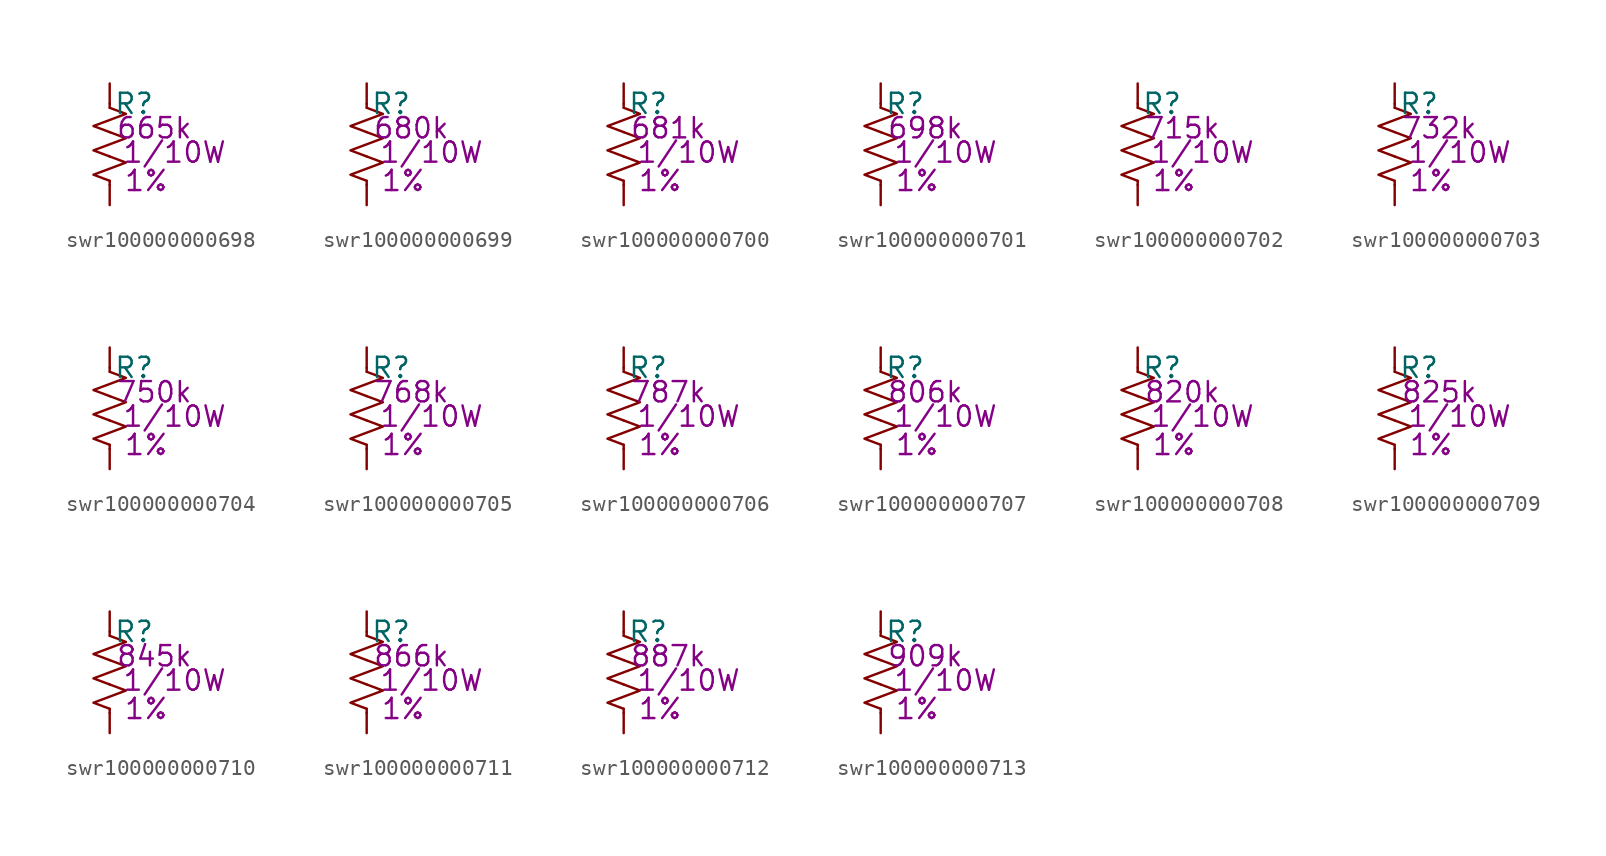
<source format=kicad_sym>
(kicad_symbol_lib
  (version 20211014)
  (generator kicad_symbol_editor)
  (symbol "swr100000000698"
    (pin_numbers hide)
    (pin_names
      (offset 1.016))
    (property "Reference" "R"
      (at 1.524 2.54 0)
      (effects (font (size 1.27 1.27))))
    (property "Tolerance" "1%"
      (at 2.286 -2.286 0)
      (effects (font (size 1.27 1.27))))
    (property "Wattage" "1/10W"
      (at 4.064 -0.508 0)
      (effects (font (size 1.27 1.27))))
    (property "PartValue" "665k"
      (at 2.794 1.016 0)
      (effects (font (size 1.27 1.27))))
    (symbol "swr100000000698_1_1"
      (polyline (pts (xy 0 -2.286) (xy 0 -2.54)) (stroke (width 0) (type default) (color 0 0 0 0)) (fill (type none)))
      (polyline (pts (xy 0 2.286) (xy 0 2.54)) (stroke (width 0) (type default) (color 0 0 0 0)) (fill (type none)))
      (polyline (pts (xy 0 -0.762) (xy 1.016 -1.143) (xy 0 -1.524) (xy -1.016 -1.905) (xy 0 -2.286)) (stroke (width 0) (type default) (color 0 0 0 0)) (fill (type none)))
      (polyline (pts (xy 0 0.762) (xy 1.016 0.381) (xy 0 0) (xy -1.016 -0.381) (xy 0 -0.762)) (stroke (width 0) (type default) (color 0 0 0 0)) (fill (type none)))
      (polyline (pts (xy 0 2.286) (xy 1.016 1.905) (xy 0 1.524) (xy -1.016 1.143) (xy 0 0.762)) (stroke (width 0) (type default) (color 0 0 0 0)) (fill (type none)))
      (pin passive line (at 0 3.81 270) (length 1.27) (name "~" (effects (font (size 1.27 1.27)))) (number "1" (effects (font (size 1.27 1.27)))))
      (pin passive line (at 0 -3.81 90) (length 1.27) (name "~" (effects (font (size 1.27 1.27)))) (number "2" (effects (font (size 1.27 1.27)))))))
  (symbol "swr100000000699"
    (pin_numbers hide)
    (pin_names
      (offset 1.016))
    (property "Reference" "R"
      (at 1.524 2.54 0)
      (effects (font (size 1.27 1.27))))
    (property "Tolerance" "1%"
      (at 2.286 -2.286 0)
      (effects (font (size 1.27 1.27))))
    (property "Wattage" "1/10W"
      (at 4.064 -0.508 0)
      (effects (font (size 1.27 1.27))))
    (property "PartValue" "680k"
      (at 2.794 1.016 0)
      (effects (font (size 1.27 1.27))))
    (symbol "swr100000000699_1_1"
      (polyline (pts (xy 0 -2.286) (xy 0 -2.54)) (stroke (width 0) (type default) (color 0 0 0 0)) (fill (type none)))
      (polyline (pts (xy 0 2.286) (xy 0 2.54)) (stroke (width 0) (type default) (color 0 0 0 0)) (fill (type none)))
      (polyline (pts (xy 0 -0.762) (xy 1.016 -1.143) (xy 0 -1.524) (xy -1.016 -1.905) (xy 0 -2.286)) (stroke (width 0) (type default) (color 0 0 0 0)) (fill (type none)))
      (polyline (pts (xy 0 0.762) (xy 1.016 0.381) (xy 0 0) (xy -1.016 -0.381) (xy 0 -0.762)) (stroke (width 0) (type default) (color 0 0 0 0)) (fill (type none)))
      (polyline (pts (xy 0 2.286) (xy 1.016 1.905) (xy 0 1.524) (xy -1.016 1.143) (xy 0 0.762)) (stroke (width 0) (type default) (color 0 0 0 0)) (fill (type none)))
      (pin passive line (at 0 3.81 270) (length 1.27) (name "~" (effects (font (size 1.27 1.27)))) (number "1" (effects (font (size 1.27 1.27)))))
      (pin passive line (at 0 -3.81 90) (length 1.27) (name "~" (effects (font (size 1.27 1.27)))) (number "2" (effects (font (size 1.27 1.27)))))))
  (symbol "swr100000000700"
    (pin_numbers hide)
    (pin_names
      (offset 1.016))
    (property "Reference" "R"
      (at 1.524 2.54 0)
      (effects (font (size 1.27 1.27))))
    (property "Tolerance" "1%"
      (at 2.286 -2.286 0)
      (effects (font (size 1.27 1.27))))
    (property "Wattage" "1/10W"
      (at 4.064 -0.508 0)
      (effects (font (size 1.27 1.27))))
    (property "PartValue" "681k"
      (at 2.794 1.016 0)
      (effects (font (size 1.27 1.27))))
    (symbol "swr100000000700_1_1"
      (polyline (pts (xy 0 -2.286) (xy 0 -2.54)) (stroke (width 0) (type default) (color 0 0 0 0)) (fill (type none)))
      (polyline (pts (xy 0 2.286) (xy 0 2.54)) (stroke (width 0) (type default) (color 0 0 0 0)) (fill (type none)))
      (polyline (pts (xy 0 -0.762) (xy 1.016 -1.143) (xy 0 -1.524) (xy -1.016 -1.905) (xy 0 -2.286)) (stroke (width 0) (type default) (color 0 0 0 0)) (fill (type none)))
      (polyline (pts (xy 0 0.762) (xy 1.016 0.381) (xy 0 0) (xy -1.016 -0.381) (xy 0 -0.762)) (stroke (width 0) (type default) (color 0 0 0 0)) (fill (type none)))
      (polyline (pts (xy 0 2.286) (xy 1.016 1.905) (xy 0 1.524) (xy -1.016 1.143) (xy 0 0.762)) (stroke (width 0) (type default) (color 0 0 0 0)) (fill (type none)))
      (pin passive line (at 0 3.81 270) (length 1.27) (name "~" (effects (font (size 1.27 1.27)))) (number "1" (effects (font (size 1.27 1.27)))))
      (pin passive line (at 0 -3.81 90) (length 1.27) (name "~" (effects (font (size 1.27 1.27)))) (number "2" (effects (font (size 1.27 1.27)))))))
  (symbol "swr100000000701"
    (pin_numbers hide)
    (pin_names
      (offset 1.016))
    (property "Reference" "R"
      (at 1.524 2.54 0)
      (effects (font (size 1.27 1.27))))
    (property "Tolerance" "1%"
      (at 2.286 -2.286 0)
      (effects (font (size 1.27 1.27))))
    (property "Wattage" "1/10W"
      (at 4.064 -0.508 0)
      (effects (font (size 1.27 1.27))))
    (property "PartValue" "698k"
      (at 2.794 1.016 0)
      (effects (font (size 1.27 1.27))))
    (symbol "swr100000000701_1_1"
      (polyline (pts (xy 0 -2.286) (xy 0 -2.54)) (stroke (width 0) (type default) (color 0 0 0 0)) (fill (type none)))
      (polyline (pts (xy 0 2.286) (xy 0 2.54)) (stroke (width 0) (type default) (color 0 0 0 0)) (fill (type none)))
      (polyline (pts (xy 0 -0.762) (xy 1.016 -1.143) (xy 0 -1.524) (xy -1.016 -1.905) (xy 0 -2.286)) (stroke (width 0) (type default) (color 0 0 0 0)) (fill (type none)))
      (polyline (pts (xy 0 0.762) (xy 1.016 0.381) (xy 0 0) (xy -1.016 -0.381) (xy 0 -0.762)) (stroke (width 0) (type default) (color 0 0 0 0)) (fill (type none)))
      (polyline (pts (xy 0 2.286) (xy 1.016 1.905) (xy 0 1.524) (xy -1.016 1.143) (xy 0 0.762)) (stroke (width 0) (type default) (color 0 0 0 0)) (fill (type none)))
      (pin passive line (at 0 3.81 270) (length 1.27) (name "~" (effects (font (size 1.27 1.27)))) (number "1" (effects (font (size 1.27 1.27)))))
      (pin passive line (at 0 -3.81 90) (length 1.27) (name "~" (effects (font (size 1.27 1.27)))) (number "2" (effects (font (size 1.27 1.27)))))))
  (symbol "swr100000000702"
    (pin_numbers hide)
    (pin_names
      (offset 1.016))
    (property "Reference" "R"
      (at 1.524 2.54 0)
      (effects (font (size 1.27 1.27))))
    (property "Tolerance" "1%"
      (at 2.286 -2.286 0)
      (effects (font (size 1.27 1.27))))
    (property "Wattage" "1/10W"
      (at 4.064 -0.508 0)
      (effects (font (size 1.27 1.27))))
    (property "PartValue" "715k"
      (at 2.794 1.016 0)
      (effects (font (size 1.27 1.27))))
    (symbol "swr100000000702_1_1"
      (polyline (pts (xy 0 -2.286) (xy 0 -2.54)) (stroke (width 0) (type default) (color 0 0 0 0)) (fill (type none)))
      (polyline (pts (xy 0 2.286) (xy 0 2.54)) (stroke (width 0) (type default) (color 0 0 0 0)) (fill (type none)))
      (polyline (pts (xy 0 -0.762) (xy 1.016 -1.143) (xy 0 -1.524) (xy -1.016 -1.905) (xy 0 -2.286)) (stroke (width 0) (type default) (color 0 0 0 0)) (fill (type none)))
      (polyline (pts (xy 0 0.762) (xy 1.016 0.381) (xy 0 0) (xy -1.016 -0.381) (xy 0 -0.762)) (stroke (width 0) (type default) (color 0 0 0 0)) (fill (type none)))
      (polyline (pts (xy 0 2.286) (xy 1.016 1.905) (xy 0 1.524) (xy -1.016 1.143) (xy 0 0.762)) (stroke (width 0) (type default) (color 0 0 0 0)) (fill (type none)))
      (pin passive line (at 0 3.81 270) (length 1.27) (name "~" (effects (font (size 1.27 1.27)))) (number "1" (effects (font (size 1.27 1.27)))))
      (pin passive line (at 0 -3.81 90) (length 1.27) (name "~" (effects (font (size 1.27 1.27)))) (number "2" (effects (font (size 1.27 1.27)))))))
  (symbol "swr100000000703"
    (pin_numbers hide)
    (pin_names
      (offset 1.016))
    (property "Reference" "R"
      (at 1.524 2.54 0)
      (effects (font (size 1.27 1.27))))
    (property "Tolerance" "1%"
      (at 2.286 -2.286 0)
      (effects (font (size 1.27 1.27))))
    (property "Wattage" "1/10W"
      (at 4.064 -0.508 0)
      (effects (font (size 1.27 1.27))))
    (property "PartValue" "732k"
      (at 2.794 1.016 0)
      (effects (font (size 1.27 1.27))))
    (symbol "swr100000000703_1_1"
      (polyline (pts (xy 0 -2.286) (xy 0 -2.54)) (stroke (width 0) (type default) (color 0 0 0 0)) (fill (type none)))
      (polyline (pts (xy 0 2.286) (xy 0 2.54)) (stroke (width 0) (type default) (color 0 0 0 0)) (fill (type none)))
      (polyline (pts (xy 0 -0.762) (xy 1.016 -1.143) (xy 0 -1.524) (xy -1.016 -1.905) (xy 0 -2.286)) (stroke (width 0) (type default) (color 0 0 0 0)) (fill (type none)))
      (polyline (pts (xy 0 0.762) (xy 1.016 0.381) (xy 0 0) (xy -1.016 -0.381) (xy 0 -0.762)) (stroke (width 0) (type default) (color 0 0 0 0)) (fill (type none)))
      (polyline (pts (xy 0 2.286) (xy 1.016 1.905) (xy 0 1.524) (xy -1.016 1.143) (xy 0 0.762)) (stroke (width 0) (type default) (color 0 0 0 0)) (fill (type none)))
      (pin passive line (at 0 3.81 270) (length 1.27) (name "~" (effects (font (size 1.27 1.27)))) (number "1" (effects (font (size 1.27 1.27)))))
      (pin passive line (at 0 -3.81 90) (length 1.27) (name "~" (effects (font (size 1.27 1.27)))) (number "2" (effects (font (size 1.27 1.27)))))))
  (symbol "swr100000000704"
    (pin_numbers hide)
    (pin_names
      (offset 1.016))
    (property "Reference" "R"
      (at 1.524 2.54 0)
      (effects (font (size 1.27 1.27))))
    (property "Tolerance" "1%"
      (at 2.286 -2.286 0)
      (effects (font (size 1.27 1.27))))
    (property "Wattage" "1/10W"
      (at 4.064 -0.508 0)
      (effects (font (size 1.27 1.27))))
    (property "PartValue" "750k"
      (at 2.794 1.016 0)
      (effects (font (size 1.27 1.27))))
    (symbol "swr100000000704_1_1"
      (polyline (pts (xy 0 -2.286) (xy 0 -2.54)) (stroke (width 0) (type default) (color 0 0 0 0)) (fill (type none)))
      (polyline (pts (xy 0 2.286) (xy 0 2.54)) (stroke (width 0) (type default) (color 0 0 0 0)) (fill (type none)))
      (polyline (pts (xy 0 -0.762) (xy 1.016 -1.143) (xy 0 -1.524) (xy -1.016 -1.905) (xy 0 -2.286)) (stroke (width 0) (type default) (color 0 0 0 0)) (fill (type none)))
      (polyline (pts (xy 0 0.762) (xy 1.016 0.381) (xy 0 0) (xy -1.016 -0.381) (xy 0 -0.762)) (stroke (width 0) (type default) (color 0 0 0 0)) (fill (type none)))
      (polyline (pts (xy 0 2.286) (xy 1.016 1.905) (xy 0 1.524) (xy -1.016 1.143) (xy 0 0.762)) (stroke (width 0) (type default) (color 0 0 0 0)) (fill (type none)))
      (pin passive line (at 0 3.81 270) (length 1.27) (name "~" (effects (font (size 1.27 1.27)))) (number "1" (effects (font (size 1.27 1.27)))))
      (pin passive line (at 0 -3.81 90) (length 1.27) (name "~" (effects (font (size 1.27 1.27)))) (number "2" (effects (font (size 1.27 1.27)))))))
  (symbol "swr100000000705"
    (pin_numbers hide)
    (pin_names
      (offset 1.016))
    (property "Reference" "R"
      (at 1.524 2.54 0)
      (effects (font (size 1.27 1.27))))
    (property "Tolerance" "1%"
      (at 2.286 -2.286 0)
      (effects (font (size 1.27 1.27))))
    (property "Wattage" "1/10W"
      (at 4.064 -0.508 0)
      (effects (font (size 1.27 1.27))))
    (property "PartValue" "768k"
      (at 2.794 1.016 0)
      (effects (font (size 1.27 1.27))))
    (symbol "swr100000000705_1_1"
      (polyline (pts (xy 0 -2.286) (xy 0 -2.54)) (stroke (width 0) (type default) (color 0 0 0 0)) (fill (type none)))
      (polyline (pts (xy 0 2.286) (xy 0 2.54)) (stroke (width 0) (type default) (color 0 0 0 0)) (fill (type none)))
      (polyline (pts (xy 0 -0.762) (xy 1.016 -1.143) (xy 0 -1.524) (xy -1.016 -1.905) (xy 0 -2.286)) (stroke (width 0) (type default) (color 0 0 0 0)) (fill (type none)))
      (polyline (pts (xy 0 0.762) (xy 1.016 0.381) (xy 0 0) (xy -1.016 -0.381) (xy 0 -0.762)) (stroke (width 0) (type default) (color 0 0 0 0)) (fill (type none)))
      (polyline (pts (xy 0 2.286) (xy 1.016 1.905) (xy 0 1.524) (xy -1.016 1.143) (xy 0 0.762)) (stroke (width 0) (type default) (color 0 0 0 0)) (fill (type none)))
      (pin passive line (at 0 3.81 270) (length 1.27) (name "~" (effects (font (size 1.27 1.27)))) (number "1" (effects (font (size 1.27 1.27)))))
      (pin passive line (at 0 -3.81 90) (length 1.27) (name "~" (effects (font (size 1.27 1.27)))) (number "2" (effects (font (size 1.27 1.27)))))))
  (symbol "swr100000000706"
    (pin_numbers hide)
    (pin_names
      (offset 1.016))
    (property "Reference" "R"
      (at 1.524 2.54 0)
      (effects (font (size 1.27 1.27))))
    (property "Tolerance" "1%"
      (at 2.286 -2.286 0)
      (effects (font (size 1.27 1.27))))
    (property "Wattage" "1/10W"
      (at 4.064 -0.508 0)
      (effects (font (size 1.27 1.27))))
    (property "PartValue" "787k"
      (at 2.794 1.016 0)
      (effects (font (size 1.27 1.27))))
    (symbol "swr100000000706_1_1"
      (polyline (pts (xy 0 -2.286) (xy 0 -2.54)) (stroke (width 0) (type default) (color 0 0 0 0)) (fill (type none)))
      (polyline (pts (xy 0 2.286) (xy 0 2.54)) (stroke (width 0) (type default) (color 0 0 0 0)) (fill (type none)))
      (polyline (pts (xy 0 -0.762) (xy 1.016 -1.143) (xy 0 -1.524) (xy -1.016 -1.905) (xy 0 -2.286)) (stroke (width 0) (type default) (color 0 0 0 0)) (fill (type none)))
      (polyline (pts (xy 0 0.762) (xy 1.016 0.381) (xy 0 0) (xy -1.016 -0.381) (xy 0 -0.762)) (stroke (width 0) (type default) (color 0 0 0 0)) (fill (type none)))
      (polyline (pts (xy 0 2.286) (xy 1.016 1.905) (xy 0 1.524) (xy -1.016 1.143) (xy 0 0.762)) (stroke (width 0) (type default) (color 0 0 0 0)) (fill (type none)))
      (pin passive line (at 0 3.81 270) (length 1.27) (name "~" (effects (font (size 1.27 1.27)))) (number "1" (effects (font (size 1.27 1.27)))))
      (pin passive line (at 0 -3.81 90) (length 1.27) (name "~" (effects (font (size 1.27 1.27)))) (number "2" (effects (font (size 1.27 1.27)))))))
  (symbol "swr100000000707"
    (pin_numbers hide)
    (pin_names
      (offset 1.016))
    (property "Reference" "R"
      (at 1.524 2.54 0)
      (effects (font (size 1.27 1.27))))
    (property "Tolerance" "1%"
      (at 2.286 -2.286 0)
      (effects (font (size 1.27 1.27))))
    (property "Wattage" "1/10W"
      (at 4.064 -0.508 0)
      (effects (font (size 1.27 1.27))))
    (property "PartValue" "806k"
      (at 2.794 1.016 0)
      (effects (font (size 1.27 1.27))))
    (symbol "swr100000000707_1_1"
      (polyline (pts (xy 0 -2.286) (xy 0 -2.54)) (stroke (width 0) (type default) (color 0 0 0 0)) (fill (type none)))
      (polyline (pts (xy 0 2.286) (xy 0 2.54)) (stroke (width 0) (type default) (color 0 0 0 0)) (fill (type none)))
      (polyline (pts (xy 0 -0.762) (xy 1.016 -1.143) (xy 0 -1.524) (xy -1.016 -1.905) (xy 0 -2.286)) (stroke (width 0) (type default) (color 0 0 0 0)) (fill (type none)))
      (polyline (pts (xy 0 0.762) (xy 1.016 0.381) (xy 0 0) (xy -1.016 -0.381) (xy 0 -0.762)) (stroke (width 0) (type default) (color 0 0 0 0)) (fill (type none)))
      (polyline (pts (xy 0 2.286) (xy 1.016 1.905) (xy 0 1.524) (xy -1.016 1.143) (xy 0 0.762)) (stroke (width 0) (type default) (color 0 0 0 0)) (fill (type none)))
      (pin passive line (at 0 3.81 270) (length 1.27) (name "~" (effects (font (size 1.27 1.27)))) (number "1" (effects (font (size 1.27 1.27)))))
      (pin passive line (at 0 -3.81 90) (length 1.27) (name "~" (effects (font (size 1.27 1.27)))) (number "2" (effects (font (size 1.27 1.27)))))))
  (symbol "swr100000000708"
    (pin_numbers hide)
    (pin_names
      (offset 1.016))
    (property "Reference" "R"
      (at 1.524 2.54 0)
      (effects (font (size 1.27 1.27))))
    (property "Tolerance" "1%"
      (at 2.286 -2.286 0)
      (effects (font (size 1.27 1.27))))
    (property "Wattage" "1/10W"
      (at 4.064 -0.508 0)
      (effects (font (size 1.27 1.27))))
    (property "PartValue" "820k"
      (at 2.794 1.016 0)
      (effects (font (size 1.27 1.27))))
    (symbol "swr100000000708_1_1"
      (polyline (pts (xy 0 -2.286) (xy 0 -2.54)) (stroke (width 0) (type default) (color 0 0 0 0)) (fill (type none)))
      (polyline (pts (xy 0 2.286) (xy 0 2.54)) (stroke (width 0) (type default) (color 0 0 0 0)) (fill (type none)))
      (polyline (pts (xy 0 -0.762) (xy 1.016 -1.143) (xy 0 -1.524) (xy -1.016 -1.905) (xy 0 -2.286)) (stroke (width 0) (type default) (color 0 0 0 0)) (fill (type none)))
      (polyline (pts (xy 0 0.762) (xy 1.016 0.381) (xy 0 0) (xy -1.016 -0.381) (xy 0 -0.762)) (stroke (width 0) (type default) (color 0 0 0 0)) (fill (type none)))
      (polyline (pts (xy 0 2.286) (xy 1.016 1.905) (xy 0 1.524) (xy -1.016 1.143) (xy 0 0.762)) (stroke (width 0) (type default) (color 0 0 0 0)) (fill (type none)))
      (pin passive line (at 0 3.81 270) (length 1.27) (name "~" (effects (font (size 1.27 1.27)))) (number "1" (effects (font (size 1.27 1.27)))))
      (pin passive line (at 0 -3.81 90) (length 1.27) (name "~" (effects (font (size 1.27 1.27)))) (number "2" (effects (font (size 1.27 1.27)))))))
  (symbol "swr100000000709"
    (pin_numbers hide)
    (pin_names
      (offset 1.016))
    (property "Reference" "R"
      (at 1.524 2.54 0)
      (effects (font (size 1.27 1.27))))
    (property "Tolerance" "1%"
      (at 2.286 -2.286 0)
      (effects (font (size 1.27 1.27))))
    (property "Wattage" "1/10W"
      (at 4.064 -0.508 0)
      (effects (font (size 1.27 1.27))))
    (property "PartValue" "825k"
      (at 2.794 1.016 0)
      (effects (font (size 1.27 1.27))))
    (symbol "swr100000000709_1_1"
      (polyline (pts (xy 0 -2.286) (xy 0 -2.54)) (stroke (width 0) (type default) (color 0 0 0 0)) (fill (type none)))
      (polyline (pts (xy 0 2.286) (xy 0 2.54)) (stroke (width 0) (type default) (color 0 0 0 0)) (fill (type none)))
      (polyline (pts (xy 0 -0.762) (xy 1.016 -1.143) (xy 0 -1.524) (xy -1.016 -1.905) (xy 0 -2.286)) (stroke (width 0) (type default) (color 0 0 0 0)) (fill (type none)))
      (polyline (pts (xy 0 0.762) (xy 1.016 0.381) (xy 0 0) (xy -1.016 -0.381) (xy 0 -0.762)) (stroke (width 0) (type default) (color 0 0 0 0)) (fill (type none)))
      (polyline (pts (xy 0 2.286) (xy 1.016 1.905) (xy 0 1.524) (xy -1.016 1.143) (xy 0 0.762)) (stroke (width 0) (type default) (color 0 0 0 0)) (fill (type none)))
      (pin passive line (at 0 3.81 270) (length 1.27) (name "~" (effects (font (size 1.27 1.27)))) (number "1" (effects (font (size 1.27 1.27)))))
      (pin passive line (at 0 -3.81 90) (length 1.27) (name "~" (effects (font (size 1.27 1.27)))) (number "2" (effects (font (size 1.27 1.27)))))))
  (symbol "swr100000000710"
    (pin_numbers hide)
    (pin_names
      (offset 1.016))
    (property "Reference" "R"
      (at 1.524 2.54 0)
      (effects (font (size 1.27 1.27))))
    (property "Tolerance" "1%"
      (at 2.286 -2.286 0)
      (effects (font (size 1.27 1.27))))
    (property "Wattage" "1/10W"
      (at 4.064 -0.508 0)
      (effects (font (size 1.27 1.27))))
    (property "PartValue" "845k"
      (at 2.794 1.016 0)
      (effects (font (size 1.27 1.27))))
    (symbol "swr100000000710_1_1"
      (polyline (pts (xy 0 -2.286) (xy 0 -2.54)) (stroke (width 0) (type default) (color 0 0 0 0)) (fill (type none)))
      (polyline (pts (xy 0 2.286) (xy 0 2.54)) (stroke (width 0) (type default) (color 0 0 0 0)) (fill (type none)))
      (polyline (pts (xy 0 -0.762) (xy 1.016 -1.143) (xy 0 -1.524) (xy -1.016 -1.905) (xy 0 -2.286)) (stroke (width 0) (type default) (color 0 0 0 0)) (fill (type none)))
      (polyline (pts (xy 0 0.762) (xy 1.016 0.381) (xy 0 0) (xy -1.016 -0.381) (xy 0 -0.762)) (stroke (width 0) (type default) (color 0 0 0 0)) (fill (type none)))
      (polyline (pts (xy 0 2.286) (xy 1.016 1.905) (xy 0 1.524) (xy -1.016 1.143) (xy 0 0.762)) (stroke (width 0) (type default) (color 0 0 0 0)) (fill (type none)))
      (pin passive line (at 0 3.81 270) (length 1.27) (name "~" (effects (font (size 1.27 1.27)))) (number "1" (effects (font (size 1.27 1.27)))))
      (pin passive line (at 0 -3.81 90) (length 1.27) (name "~" (effects (font (size 1.27 1.27)))) (number "2" (effects (font (size 1.27 1.27)))))))
  (symbol "swr100000000711"
    (pin_numbers hide)
    (pin_names
      (offset 1.016))
    (property "Reference" "R"
      (at 1.524 2.54 0)
      (effects (font (size 1.27 1.27))))
    (property "Tolerance" "1%"
      (at 2.286 -2.286 0)
      (effects (font (size 1.27 1.27))))
    (property "Wattage" "1/10W"
      (at 4.064 -0.508 0)
      (effects (font (size 1.27 1.27))))
    (property "PartValue" "866k"
      (at 2.794 1.016 0)
      (effects (font (size 1.27 1.27))))
    (symbol "swr100000000711_1_1"
      (polyline (pts (xy 0 -2.286) (xy 0 -2.54)) (stroke (width 0) (type default) (color 0 0 0 0)) (fill (type none)))
      (polyline (pts (xy 0 2.286) (xy 0 2.54)) (stroke (width 0) (type default) (color 0 0 0 0)) (fill (type none)))
      (polyline (pts (xy 0 -0.762) (xy 1.016 -1.143) (xy 0 -1.524) (xy -1.016 -1.905) (xy 0 -2.286)) (stroke (width 0) (type default) (color 0 0 0 0)) (fill (type none)))
      (polyline (pts (xy 0 0.762) (xy 1.016 0.381) (xy 0 0) (xy -1.016 -0.381) (xy 0 -0.762)) (stroke (width 0) (type default) (color 0 0 0 0)) (fill (type none)))
      (polyline (pts (xy 0 2.286) (xy 1.016 1.905) (xy 0 1.524) (xy -1.016 1.143) (xy 0 0.762)) (stroke (width 0) (type default) (color 0 0 0 0)) (fill (type none)))
      (pin passive line (at 0 3.81 270) (length 1.27) (name "~" (effects (font (size 1.27 1.27)))) (number "1" (effects (font (size 1.27 1.27)))))
      (pin passive line (at 0 -3.81 90) (length 1.27) (name "~" (effects (font (size 1.27 1.27)))) (number "2" (effects (font (size 1.27 1.27)))))))
  (symbol "swr100000000712"
    (pin_numbers hide)
    (pin_names
      (offset 1.016))
    (property "Reference" "R"
      (at 1.524 2.54 0)
      (effects (font (size 1.27 1.27))))
    (property "Tolerance" "1%"
      (at 2.286 -2.286 0)
      (effects (font (size 1.27 1.27))))
    (property "Wattage" "1/10W"
      (at 4.064 -0.508 0)
      (effects (font (size 1.27 1.27))))
    (property "PartValue" "887k"
      (at 2.794 1.016 0)
      (effects (font (size 1.27 1.27))))
    (symbol "swr100000000712_1_1"
      (polyline (pts (xy 0 -2.286) (xy 0 -2.54)) (stroke (width 0) (type default) (color 0 0 0 0)) (fill (type none)))
      (polyline (pts (xy 0 2.286) (xy 0 2.54)) (stroke (width 0) (type default) (color 0 0 0 0)) (fill (type none)))
      (polyline (pts (xy 0 -0.762) (xy 1.016 -1.143) (xy 0 -1.524) (xy -1.016 -1.905) (xy 0 -2.286)) (stroke (width 0) (type default) (color 0 0 0 0)) (fill (type none)))
      (polyline (pts (xy 0 0.762) (xy 1.016 0.381) (xy 0 0) (xy -1.016 -0.381) (xy 0 -0.762)) (stroke (width 0) (type default) (color 0 0 0 0)) (fill (type none)))
      (polyline (pts (xy 0 2.286) (xy 1.016 1.905) (xy 0 1.524) (xy -1.016 1.143) (xy 0 0.762)) (stroke (width 0) (type default) (color 0 0 0 0)) (fill (type none)))
      (pin passive line (at 0 3.81 270) (length 1.27) (name "~" (effects (font (size 1.27 1.27)))) (number "1" (effects (font (size 1.27 1.27)))))
      (pin passive line (at 0 -3.81 90) (length 1.27) (name "~" (effects (font (size 1.27 1.27)))) (number "2" (effects (font (size 1.27 1.27)))))))
  (symbol "swr100000000713"
    (pin_numbers hide)
    (pin_names
      (offset 1.016))
    (property "Reference" "R"
      (at 1.524 2.54 0)
      (effects (font (size 1.27 1.27))))
    (property "Tolerance" "1%"
      (at 2.286 -2.286 0)
      (effects (font (size 1.27 1.27))))
    (property "Wattage" "1/10W"
      (at 4.064 -0.508 0)
      (effects (font (size 1.27 1.27))))
    (property "PartValue" "909k"
      (at 2.794 1.016 0)
      (effects (font (size 1.27 1.27))))
    (symbol "swr100000000713_1_1"
      (polyline (pts (xy 0 -2.286) (xy 0 -2.54)) (stroke (width 0) (type default) (color 0 0 0 0)) (fill (type none)))
      (polyline (pts (xy 0 2.286) (xy 0 2.54)) (stroke (width 0) (type default) (color 0 0 0 0)) (fill (type none)))
      (polyline (pts (xy 0 -0.762) (xy 1.016 -1.143) (xy 0 -1.524) (xy -1.016 -1.905) (xy 0 -2.286)) (stroke (width 0) (type default) (color 0 0 0 0)) (fill (type none)))
      (polyline (pts (xy 0 0.762) (xy 1.016 0.381) (xy 0 0) (xy -1.016 -0.381) (xy 0 -0.762)) (stroke (width 0) (type default) (color 0 0 0 0)) (fill (type none)))
      (polyline (pts (xy 0 2.286) (xy 1.016 1.905) (xy 0 1.524) (xy -1.016 1.143) (xy 0 0.762)) (stroke (width 0) (type default) (color 0 0 0 0)) (fill (type none)))
      (pin passive line (at 0 3.81 270) (length 1.27) (name "~" (effects (font (size 1.27 1.27)))) (number "1" (effects (font (size 1.27 1.27)))))
      (pin passive line (at 0 -3.81 90) (length 1.27) (name "~" (effects (font (size 1.27 1.27)))) (number "2" (effects (font (size 1.27 1.27))))))))
</source>
